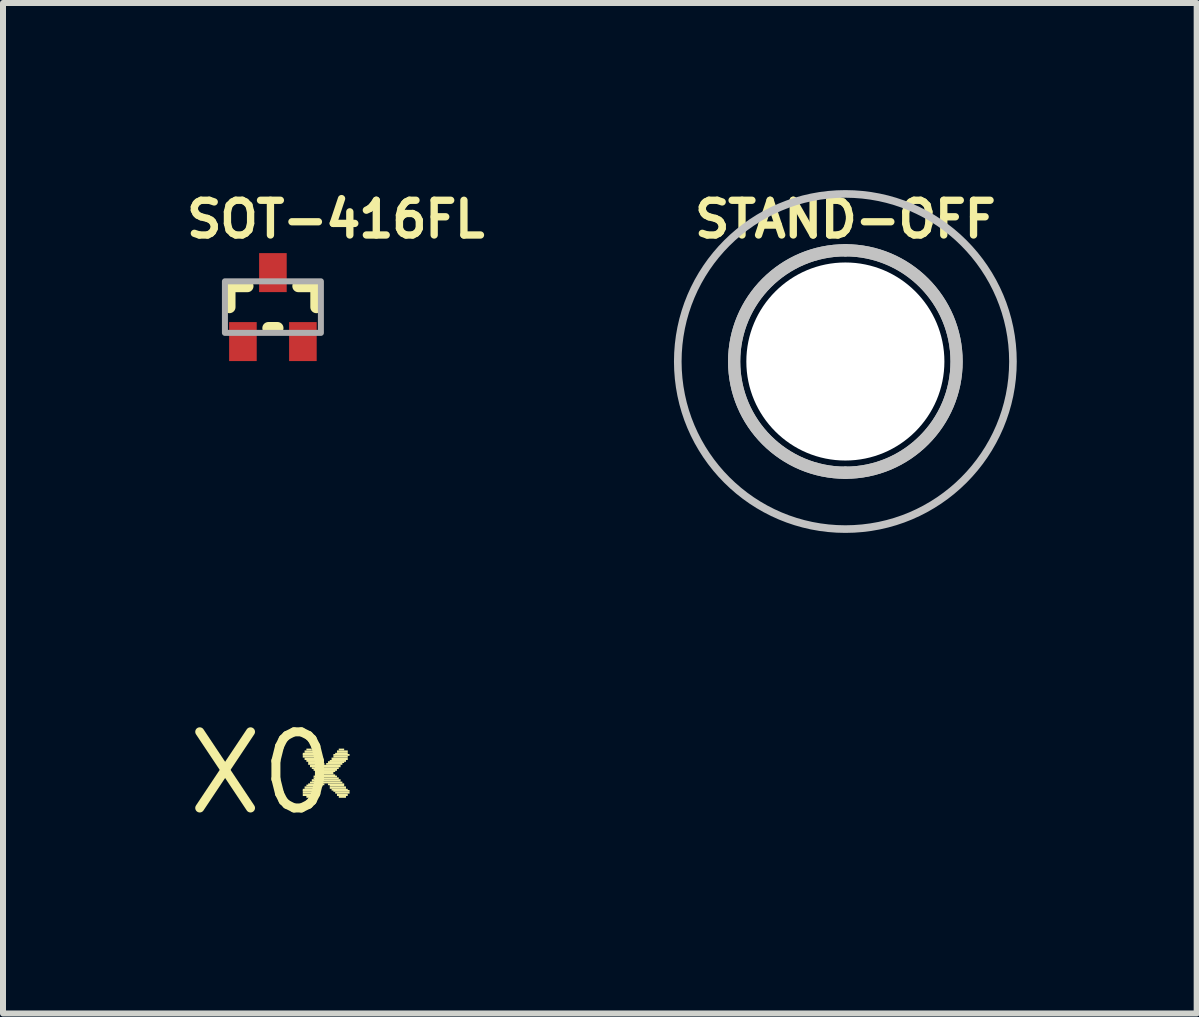
<source format=kicad_pcb>
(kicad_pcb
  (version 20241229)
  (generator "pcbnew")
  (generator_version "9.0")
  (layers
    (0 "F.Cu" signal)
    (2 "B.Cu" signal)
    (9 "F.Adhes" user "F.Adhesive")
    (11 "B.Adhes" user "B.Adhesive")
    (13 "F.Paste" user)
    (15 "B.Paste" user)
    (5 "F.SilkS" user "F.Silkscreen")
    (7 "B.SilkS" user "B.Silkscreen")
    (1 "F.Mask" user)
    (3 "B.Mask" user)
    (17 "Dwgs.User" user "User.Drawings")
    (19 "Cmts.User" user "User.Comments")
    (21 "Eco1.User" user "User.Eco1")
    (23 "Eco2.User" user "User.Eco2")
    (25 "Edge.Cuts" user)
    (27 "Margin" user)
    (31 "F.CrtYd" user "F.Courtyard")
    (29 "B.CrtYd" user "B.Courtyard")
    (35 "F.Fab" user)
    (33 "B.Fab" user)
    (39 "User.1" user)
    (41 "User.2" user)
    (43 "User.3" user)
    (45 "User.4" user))
  (footprint "X0"
    (layer "F.Cu")
    (at 1.308 9.841)
    (property "Reference" "X0" (at 0 0 0) (layer "F.SilkS") (effects (font (size 1.27 1.27) (thickness 0.15))))
    (attr through_hole)
    (fp_poly (pts (xy 0.69 -0.31) (xy 0.9 -0.31) (xy 0.9 -0.34) (xy 0.69 -0.34)) (stroke (width 0) (type solid)) (fill yes) (layer "F.SilkS"))
    (fp_poly (pts (xy 0.69 -0.29) (xy 0.93 -0.29) (xy 0.93 -0.32) (xy 0.69 -0.32)) (stroke (width 0) (type solid)) (fill yes) (layer "F.SilkS"))
    (fp_poly (pts (xy 0.69 -0.26) (xy 0.96 -0.26) (xy 0.96 -0.29) (xy 0.69 -0.29)) (stroke (width 0) (type solid)) (fill yes) (layer "F.SilkS"))
    (fp_poly (pts (xy 0.69 0.29) (xy 0.96 0.29) (xy 0.96 0.26) (xy 0.69 0.26)) (stroke (width 0) (type solid)) (fill yes) (layer "F.SilkS"))
    (fp_poly (pts (xy 0.69 0.31) (xy 0.93 0.31) (xy 0.93 0.28) (xy 0.69 0.28)) (stroke (width 0) (type solid)) (fill yes) (layer "F.SilkS"))
    (fp_poly (pts (xy 0.69 0.34) (xy 0.9 0.34) (xy 0.9 0.31) (xy 0.69 0.31)) (stroke (width 0) (type solid)) (fill yes) (layer "F.SilkS"))
    (fp_poly (pts (xy 0.69 0.38) (xy 0.87 0.38) (xy 0.87 0.34) (xy 0.69 0.34)) (stroke (width 0) (type solid)) (fill yes) (layer "F.SilkS"))
    (fp_poly (pts (xy 0.72 -0.34) (xy 0.87 -0.34) (xy 0.87 -0.38) (xy 0.72 -0.38)) (stroke (width 0) (type solid)) (fill yes) (layer "F.SilkS"))
    (fp_poly (pts (xy 0.72 -0.22) (xy 0.99 -0.22) (xy 0.99 -0.26) (xy 0.72 -0.26)) (stroke (width 0) (type solid)) (fill yes) (layer "F.SilkS"))
    (fp_poly (pts (xy 0.72 0.26) (xy 0.99 0.26) (xy 0.99 0.22) (xy 0.72 0.22)) (stroke (width 0) (type solid)) (fill yes) (layer "F.SilkS"))
    (fp_poly (pts (xy 0.75 -0.38) (xy 0.84 -0.38) (xy 0.84 -0.41) (xy 0.75 -0.41)) (stroke (width 0) (type solid)) (fill yes) (layer "F.SilkS"))
    (fp_poly (pts (xy 0.75 -0.19) (xy 1.02 -0.19) (xy 1.02 -0.22) (xy 0.75 -0.22)) (stroke (width 0) (type solid)) (fill yes) (layer "F.SilkS"))
    (fp_poly (pts (xy 0.75 0.22) (xy 1.02 0.22) (xy 1.02 0.19) (xy 0.75 0.19)) (stroke (width 0) (type solid)) (fill yes) (layer "F.SilkS"))
    (fp_poly (pts (xy 0.75 0.41) (xy 0.84 0.41) (xy 0.84 0.38) (xy 0.75 0.38)) (stroke (width 0) (type solid)) (fill yes) (layer "F.SilkS"))
    (fp_poly (pts (xy 0.78 -0.17) (xy 1.02 -0.17) (xy 1.02 -0.2) (xy 0.78 -0.2)) (stroke (width 0) (type solid)) (fill yes) (layer "F.SilkS"))
    (fp_poly (pts (xy 0.78 -0.14) (xy 1.05 -0.14) (xy 1.05 -0.17) (xy 0.78 -0.17)) (stroke (width 0) (type solid)) (fill yes) (layer "F.SilkS"))
    (fp_poly (pts (xy 0.78 0.2) (xy 1.05 0.2) (xy 1.05 0.17) (xy 0.78 0.17)) (stroke (width 0) (type solid)) (fill yes) (layer "F.SilkS"))
    (fp_poly (pts (xy 0.81 -0.1) (xy 1.32 -0.1) (xy 1.32 -0.14) (xy 0.81 -0.14)) (stroke (width 0) (type solid)) (fill yes) (layer "F.SilkS"))
    (fp_poly (pts (xy 0.81 0.17) (xy 1.35 0.17) (xy 1.35 0.14) (xy 0.81 0.14)) (stroke (width 0) (type solid)) (fill yes) (layer "F.SilkS"))
    (fp_poly (pts (xy 0.84 -0.07) (xy 1.29 -0.07) (xy 1.29 -0.1) (xy 0.84 -0.1)) (stroke (width 0) (type solid)) (fill yes) (layer "F.SilkS"))
    (fp_poly (pts (xy 0.84 0.14) (xy 1.32 0.14) (xy 1.32 0.1) (xy 0.84 0.1)) (stroke (width 0) (type solid)) (fill yes) (layer "F.SilkS"))
    (fp_poly (pts (xy 0.87 -0.04) (xy 1.26 -0.04) (xy 1.26 -0.07) (xy 0.87 -0.07)) (stroke (width 0) (type solid)) (fill yes) (layer "F.SilkS"))
    (fp_poly (pts (xy 0.87 0.07) (xy 1.26 0.07) (xy 1.26 0.04) (xy 0.87 0.04)) (stroke (width 0) (type solid)) (fill yes) (layer "F.SilkS"))
    (fp_poly (pts (xy 0.87 0.1) (xy 1.29 0.1) (xy 1.29 0.07) (xy 0.87 0.07)) (stroke (width 0) (type solid)) (fill yes) (layer "F.SilkS"))
    (fp_poly (pts (xy 0.9 -0.02) (xy 1.23 -0.02) (xy 1.23 -0.05) (xy 0.9 -0.05)) (stroke (width 0) (type solid)) (fill yes) (layer "F.SilkS"))
    (fp_poly (pts (xy 0.9 0.05) (xy 1.23 0.05) (xy 1.23 0.02) (xy 0.9 0.02)) (stroke (width 0) (type solid)) (fill yes) (layer "F.SilkS"))
    (fp_poly (pts (xy 0.93 0.02) (xy 1.2 0.02) (xy 1.2 -0.02) (xy 0.93 -0.02)) (stroke (width 0) (type solid)) (fill yes) (layer "F.SilkS"))
    (fp_poly (pts (xy 1.08 -0.14) (xy 1.35 -0.14) (xy 1.35 -0.17) (xy 1.08 -0.17)) (stroke (width 0) (type solid)) (fill yes) (layer "F.SilkS"))
    (fp_poly (pts (xy 1.11 -0.17) (xy 1.38 -0.17) (xy 1.38 -0.2) (xy 1.11 -0.2)) (stroke (width 0) (type solid)) (fill yes) (layer "F.SilkS"))
    (fp_poly (pts (xy 1.11 0.2) (xy 1.38 0.2) (xy 1.38 0.17) (xy 1.11 0.17)) (stroke (width 0) (type solid)) (fill yes) (layer "F.SilkS"))
    (fp_poly (pts (xy 1.14 -0.19) (xy 1.41 -0.19) (xy 1.41 -0.22) (xy 1.14 -0.22)) (stroke (width 0) (type solid)) (fill yes) (layer "F.SilkS"))
    (fp_poly (pts (xy 1.14 0.22) (xy 1.38 0.22) (xy 1.38 0.19) (xy 1.14 0.19)) (stroke (width 0) (type solid)) (fill yes) (layer "F.SilkS"))
    (fp_poly (pts (xy 1.14 0.26) (xy 1.41 0.26) (xy 1.41 0.22) (xy 1.14 0.22)) (stroke (width 0) (type solid)) (fill yes) (layer "F.SilkS"))
    (fp_poly (pts (xy 1.17 -0.22) (xy 1.44 -0.22) (xy 1.44 -0.26) (xy 1.17 -0.26)) (stroke (width 0) (type solid)) (fill yes) (layer "F.SilkS"))
    (fp_poly (pts (xy 1.17 0.29) (xy 1.44 0.29) (xy 1.44 0.26) (xy 1.17 0.26)) (stroke (width 0) (type solid)) (fill yes) (layer "F.SilkS"))
    (fp_poly (pts (xy 1.2 -0.29) (xy 1.47 -0.29) (xy 1.47 -0.32) (xy 1.2 -0.32)) (stroke (width 0) (type solid)) (fill yes) (layer "F.SilkS"))
    (fp_poly (pts (xy 1.2 -0.26) (xy 1.44 -0.26) (xy 1.44 -0.29) (xy 1.2 -0.29)) (stroke (width 0) (type solid)) (fill yes) (layer "F.SilkS"))
    (fp_poly (pts (xy 1.2 0.31) (xy 1.47 0.31) (xy 1.47 0.28) (xy 1.2 0.28)) (stroke (width 0) (type solid)) (fill yes) (layer "F.SilkS"))
    (fp_poly (pts (xy 1.23 -0.31) (xy 1.44 -0.31) (xy 1.44 -0.34) (xy 1.23 -0.34)) (stroke (width 0) (type solid)) (fill yes) (layer "F.SilkS"))
    (fp_poly (pts (xy 1.23 0.34) (xy 1.47 0.34) (xy 1.47 0.31) (xy 1.23 0.31)) (stroke (width 0) (type solid)) (fill yes) (layer "F.SilkS"))
    (fp_poly (pts (xy 1.26 -0.34) (xy 1.44 -0.34) (xy 1.44 -0.38) (xy 1.26 -0.38)) (stroke (width 0) (type solid)) (fill yes) (layer "F.SilkS"))
    (fp_poly (pts (xy 1.26 0.38) (xy 1.44 0.38) (xy 1.44 0.34) (xy 1.26 0.34)) (stroke (width 0) (type solid)) (fill yes) (layer "F.SilkS"))
    (fp_poly (pts (xy 1.29 -0.38) (xy 1.38 -0.38) (xy 1.38 -0.41) (xy 1.29 -0.41)) (stroke (width 0) (type solid)) (fill yes) (layer "F.SilkS"))
    (fp_poly (pts (xy 1.29 0.41) (xy 1.41 0.41) (xy 1.41 0.38) (xy 1.29 0.38)) (stroke (width 0) (type solid)) (fill yes) (layer "F.SilkS")))
  (footprint "STAND-OFF"
    (layer "F.Cu")
    (at 11.044 2.977)
    (property "Reference" "STAND-OFF" (at 0 -2.032 0) (layer "F.SilkS") (effects (font (size 0.579 0.579) (thickness 0.122)) (justify bottom)))
    (attr through_hole)
    (fp_arc (start 0 -1.8542) (mid 1.8542 0) (end 0 1.8542) (stroke (width 0.2032) (type solid)) (layer "Dwgs.User"))
    (fp_arc (start 0 -1.8542) (mid 1.8542 0) (end 0 1.8542) (stroke (width 0.2032) (type solid)) (layer "Dwgs.User"))
    (fp_arc (start 0 1.8542) (mid -1.8542 0) (end 0 -1.8542) (stroke (width 0.2032) (type solid)) (layer "Dwgs.User"))
    (fp_arc (start 0 1.8542) (mid -1.8542 0) (end 0 -1.8542) (stroke (width 0.2032) (type solid)) (layer "Dwgs.User"))
    (fp_circle (center 0 0) (end 2.794 0) (stroke (width 0.127) (type solid)) (fill no) (layer "Dwgs.User"))
    (pad "" np_thru_hole circle (at 0 0) (size 3.302 3.302) (drill 3.302) (layers "*.Cu" "*.Mask")))
  (footprint "SOT-416FL"
    (layer "F.Cu")
    (at 1.5 1.545)
    (property "Reference" "SOT-416FL" (at -1.5 -0.6 0) (layer "F.SilkS") (effects (font (size 0.579 0.579) (thickness 0.122)) (justify left bottom)))
    (attr through_hole)
    (fp_line (start -0.725 0.175) (end -0.425 0.175) (stroke (width 0.203) (type solid)) (layer "F.SilkS"))
    (fp_line (start -0.725 0.525) (end -0.725 0.175) (stroke (width 0.203) (type solid)) (layer "F.SilkS"))
    (fp_line (start -0.075 0.875) (end 0.075 0.875) (stroke (width 0.203) (type solid)) (layer "F.SilkS"))
    (fp_line (start 0.425 0.175) (end 0.725 0.175) (stroke (width 0.203) (type solid)) (layer "F.SilkS"))
    (fp_line (start 0.725 0.175) (end 0.725 0.525) (stroke (width 0.203) (type solid)) (layer "F.SilkS"))
    (fp_poly (pts (xy -0.8 0.955) (xy 0.8 0.955) (xy 0.8 0.095) (xy -0.8 0.095)) (stroke (width 0.1) (type solid)) (fill no) (layer "F.Fab"))
    (pad "1" smd rect (at -0.5 1.1) (size 0.46 0.65) (layers "F.Cu" "F.Mask" "F.Paste"))
    (pad "2" smd rect (at 0.5 1.1) (size 0.46 0.65) (layers "F.Cu" "F.Mask" "F.Paste"))
    (pad "3" smd rect (at 0 -0.05) (size 0.46 0.65) (layers "F.Cu" "F.Mask" "F.Paste")))
  (gr_rect
    (start -3 -3)
    (end 16.901 13.847)
    (stroke (width 0.1) (type default))
    (fill no)
    (layer "Edge.Cuts")))
</source>
